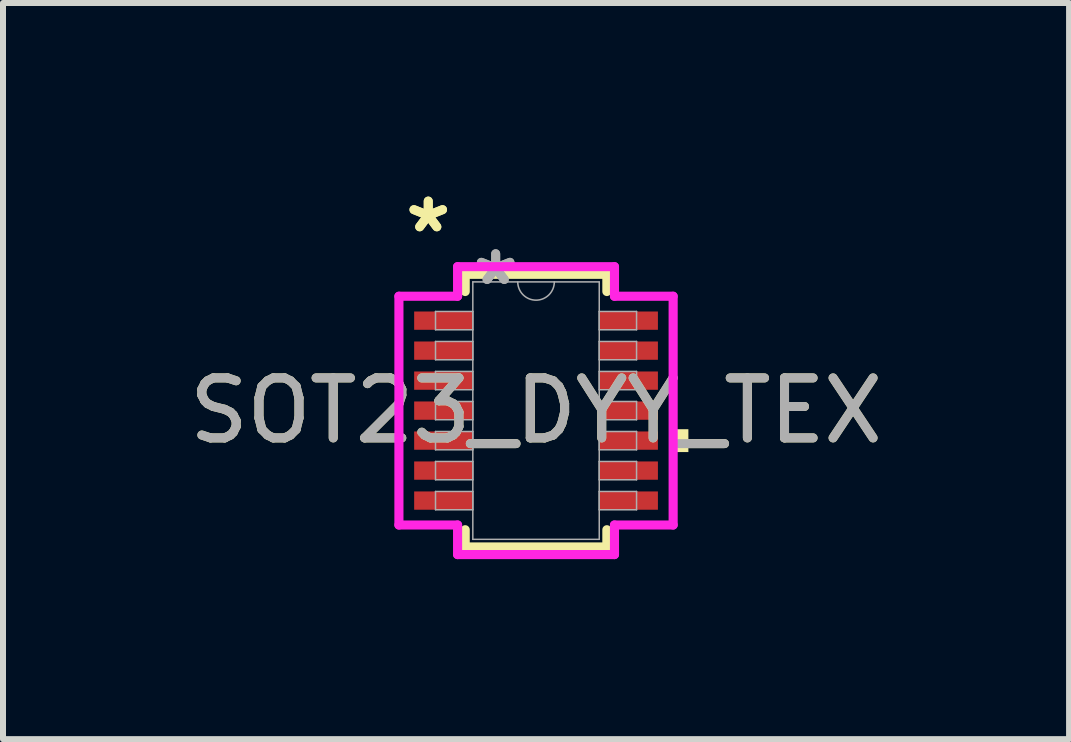
<source format=kicad_pcb>
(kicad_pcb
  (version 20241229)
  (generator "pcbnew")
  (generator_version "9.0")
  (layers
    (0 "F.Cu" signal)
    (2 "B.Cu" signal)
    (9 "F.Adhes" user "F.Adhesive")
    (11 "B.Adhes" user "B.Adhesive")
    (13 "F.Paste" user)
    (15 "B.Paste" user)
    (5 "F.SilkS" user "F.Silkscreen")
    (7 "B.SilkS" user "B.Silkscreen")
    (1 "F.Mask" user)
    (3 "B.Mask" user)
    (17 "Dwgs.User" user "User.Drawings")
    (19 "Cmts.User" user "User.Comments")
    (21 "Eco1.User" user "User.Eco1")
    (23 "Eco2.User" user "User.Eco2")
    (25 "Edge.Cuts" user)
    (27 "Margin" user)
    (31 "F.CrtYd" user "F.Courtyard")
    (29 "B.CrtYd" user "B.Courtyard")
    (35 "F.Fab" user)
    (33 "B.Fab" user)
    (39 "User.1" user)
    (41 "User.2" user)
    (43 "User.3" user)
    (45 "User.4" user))
  (footprint "SOT23_DYY_TEX"
    (layer "F.Cu")
    (at 5.887 3.796)
    (property "Reference" "SOT23_DYY_TEX" (at 0 0 0) (unlocked yes) (layer "F.SilkS") (effects (font (size 1 1) (thickness 0.15))))
    (attr smd)
    (fp_line (start -1.181 -2.273) (end -1.181 -1.986) (stroke (width 0.152) (type solid)) (layer "F.SilkS"))
    (fp_line (start -1.181 1.986) (end -1.181 2.273) (stroke (width 0.152) (type solid)) (layer "F.SilkS"))
    (fp_line (start -1.181 2.273) (end 1.181 2.273) (stroke (width 0.152) (type solid)) (layer "F.SilkS"))
    (fp_line (start 1.181 -2.273) (end -1.181 -2.273) (stroke (width 0.152) (type solid)) (layer "F.SilkS"))
    (fp_line (start 1.181 -1.986) (end 1.181 -2.273) (stroke (width 0.152) (type solid)) (layer "F.SilkS"))
    (fp_line (start 1.181 2.273) (end 1.181 1.986) (stroke (width 0.152) (type solid)) (layer "F.SilkS"))
    (fp_poly (pts (xy 2.54 0.31) (xy 2.54 0.691) (xy 2.286 0.691) (xy 2.286 0.31)) (stroke (width 0) (type solid)) (fill yes) (layer "F.SilkS"))
    (fp_line (start -2.286 -1.907) (end -1.308 -1.907) (stroke (width 0.152) (type solid)) (layer "F.CrtYd"))
    (fp_line (start -2.286 1.907) (end -2.286 -1.907) (stroke (width 0.152) (type solid)) (layer "F.CrtYd"))
    (fp_line (start -2.286 1.907) (end -1.308 1.907) (stroke (width 0.152) (type solid)) (layer "F.CrtYd"))
    (fp_line (start -1.308 -2.4) (end 1.308 -2.4) (stroke (width 0.152) (type solid)) (layer "F.CrtYd"))
    (fp_line (start -1.308 -1.907) (end -1.308 -2.4) (stroke (width 0.152) (type solid)) (layer "F.CrtYd"))
    (fp_line (start -1.308 2.4) (end -1.308 1.907) (stroke (width 0.152) (type solid)) (layer "F.CrtYd"))
    (fp_line (start 1.308 -2.4) (end 1.308 -1.907) (stroke (width 0.152) (type solid)) (layer "F.CrtYd"))
    (fp_line (start 1.308 1.907) (end 1.308 2.4) (stroke (width 0.152) (type solid)) (layer "F.CrtYd"))
    (fp_line (start 1.308 2.4) (end -1.308 2.4) (stroke (width 0.152) (type solid)) (layer "F.CrtYd"))
    (fp_line (start 2.286 -1.907) (end 1.308 -1.907) (stroke (width 0.152) (type solid)) (layer "F.CrtYd"))
    (fp_line (start 2.286 -1.907) (end 2.286 1.907) (stroke (width 0.152) (type solid)) (layer "F.CrtYd"))
    (fp_line (start 2.286 1.907) (end 1.308 1.907) (stroke (width 0.152) (type solid)) (layer "F.CrtYd"))
    (fp_line (start -1.676 -1.653) (end -1.676 -1.348) (stroke (width 0.025) (type solid)) (layer "F.Fab"))
    (fp_line (start -1.676 -1.348) (end -1.054 -1.348) (stroke (width 0.025) (type solid)) (layer "F.Fab"))
    (fp_line (start -1.676 -1.153) (end -1.676 -0.848) (stroke (width 0.025) (type solid)) (layer "F.Fab"))
    (fp_line (start -1.676 -0.848) (end -1.054 -0.848) (stroke (width 0.025) (type solid)) (layer "F.Fab"))
    (fp_line (start -1.676 -0.653) (end -1.676 -0.348) (stroke (width 0.025) (type solid)) (layer "F.Fab"))
    (fp_line (start -1.676 -0.348) (end -1.054 -0.348) (stroke (width 0.025) (type solid)) (layer "F.Fab"))
    (fp_line (start -1.676 -0.152) (end -1.676 0.152) (stroke (width 0.025) (type solid)) (layer "F.Fab"))
    (fp_line (start -1.676 0.152) (end -1.054 0.152) (stroke (width 0.025) (type solid)) (layer "F.Fab"))
    (fp_line (start -1.676 0.348) (end -1.676 0.653) (stroke (width 0.025) (type solid)) (layer "F.Fab"))
    (fp_line (start -1.676 0.653) (end -1.054 0.653) (stroke (width 0.025) (type solid)) (layer "F.Fab"))
    (fp_line (start -1.676 0.848) (end -1.676 1.153) (stroke (width 0.025) (type solid)) (layer "F.Fab"))
    (fp_line (start -1.676 1.153) (end -1.054 1.153) (stroke (width 0.025) (type solid)) (layer "F.Fab"))
    (fp_line (start -1.676 1.348) (end -1.676 1.653) (stroke (width 0.025) (type solid)) (layer "F.Fab"))
    (fp_line (start -1.676 1.653) (end -1.054 1.653) (stroke (width 0.025) (type solid)) (layer "F.Fab"))
    (fp_line (start -1.054 -2.146) (end -1.054 2.146) (stroke (width 0.025) (type solid)) (layer "F.Fab"))
    (fp_line (start -1.054 -1.653) (end -1.676 -1.653) (stroke (width 0.025) (type solid)) (layer "F.Fab"))
    (fp_line (start -1.054 -1.348) (end -1.054 -1.653) (stroke (width 0.025) (type solid)) (layer "F.Fab"))
    (fp_line (start -1.054 -1.153) (end -1.676 -1.153) (stroke (width 0.025) (type solid)) (layer "F.Fab"))
    (fp_line (start -1.054 -0.848) (end -1.054 -1.153) (stroke (width 0.025) (type solid)) (layer "F.Fab"))
    (fp_line (start -1.054 -0.653) (end -1.676 -0.653) (stroke (width 0.025) (type solid)) (layer "F.Fab"))
    (fp_line (start -1.054 -0.348) (end -1.054 -0.653) (stroke (width 0.025) (type solid)) (layer "F.Fab"))
    (fp_line (start -1.054 -0.152) (end -1.676 -0.152) (stroke (width 0.025) (type solid)) (layer "F.Fab"))
    (fp_line (start -1.054 0.152) (end -1.054 -0.152) (stroke (width 0.025) (type solid)) (layer "F.Fab"))
    (fp_line (start -1.054 0.348) (end -1.676 0.348) (stroke (width 0.025) (type solid)) (layer "F.Fab"))
    (fp_line (start -1.054 0.653) (end -1.054 0.348) (stroke (width 0.025) (type solid)) (layer "F.Fab"))
    (fp_line (start -1.054 0.848) (end -1.676 0.848) (stroke (width 0.025) (type solid)) (layer "F.Fab"))
    (fp_line (start -1.054 1.153) (end -1.054 0.848) (stroke (width 0.025) (type solid)) (layer "F.Fab"))
    (fp_line (start -1.054 1.348) (end -1.676 1.348) (stroke (width 0.025) (type solid)) (layer "F.Fab"))
    (fp_line (start -1.054 1.653) (end -1.054 1.348) (stroke (width 0.025) (type solid)) (layer "F.Fab"))
    (fp_line (start -1.054 2.146) (end 1.054 2.146) (stroke (width 0.025) (type solid)) (layer "F.Fab"))
    (fp_line (start 1.054 -2.146) (end -1.054 -2.146) (stroke (width 0.025) (type solid)) (layer "F.Fab"))
    (fp_line (start 1.054 -1.653) (end 1.054 -1.348) (stroke (width 0.025) (type solid)) (layer "F.Fab"))
    (fp_line (start 1.054 -1.348) (end 1.676 -1.348) (stroke (width 0.025) (type solid)) (layer "F.Fab"))
    (fp_line (start 1.054 -1.153) (end 1.054 -0.848) (stroke (width 0.025) (type solid)) (layer "F.Fab"))
    (fp_line (start 1.054 -0.848) (end 1.676 -0.848) (stroke (width 0.025) (type solid)) (layer "F.Fab"))
    (fp_line (start 1.054 -0.653) (end 1.054 -0.348) (stroke (width 0.025) (type solid)) (layer "F.Fab"))
    (fp_line (start 1.054 -0.348) (end 1.676 -0.348) (stroke (width 0.025) (type solid)) (layer "F.Fab"))
    (fp_line (start 1.054 -0.152) (end 1.054 0.152) (stroke (width 0.025) (type solid)) (layer "F.Fab"))
    (fp_line (start 1.054 0.152) (end 1.676 0.152) (stroke (width 0.025) (type solid)) (layer "F.Fab"))
    (fp_line (start 1.054 0.348) (end 1.054 0.653) (stroke (width 0.025) (type solid)) (layer "F.Fab"))
    (fp_line (start 1.054 0.653) (end 1.676 0.653) (stroke (width 0.025) (type solid)) (layer "F.Fab"))
    (fp_line (start 1.054 0.848) (end 1.054 1.153) (stroke (width 0.025) (type solid)) (layer "F.Fab"))
    (fp_line (start 1.054 1.153) (end 1.676 1.153) (stroke (width 0.025) (type solid)) (layer "F.Fab"))
    (fp_line (start 1.054 1.348) (end 1.054 1.653) (stroke (width 0.025) (type solid)) (layer "F.Fab"))
    (fp_line (start 1.054 1.653) (end 1.676 1.653) (stroke (width 0.025) (type solid)) (layer "F.Fab"))
    (fp_line (start 1.054 2.146) (end 1.054 -2.146) (stroke (width 0.025) (type solid)) (layer "F.Fab"))
    (fp_line (start 1.676 -1.653) (end 1.054 -1.653) (stroke (width 0.025) (type solid)) (layer "F.Fab"))
    (fp_line (start 1.676 -1.348) (end 1.676 -1.653) (stroke (width 0.025) (type solid)) (layer "F.Fab"))
    (fp_line (start 1.676 -1.153) (end 1.054 -1.153) (stroke (width 0.025) (type solid)) (layer "F.Fab"))
    (fp_line (start 1.676 -0.848) (end 1.676 -1.153) (stroke (width 0.025) (type solid)) (layer "F.Fab"))
    (fp_line (start 1.676 -0.653) (end 1.054 -0.653) (stroke (width 0.025) (type solid)) (layer "F.Fab"))
    (fp_line (start 1.676 -0.348) (end 1.676 -0.653) (stroke (width 0.025) (type solid)) (layer "F.Fab"))
    (fp_line (start 1.676 -0.152) (end 1.054 -0.152) (stroke (width 0.025) (type solid)) (layer "F.Fab"))
    (fp_line (start 1.676 0.152) (end 1.676 -0.152) (stroke (width 0.025) (type solid)) (layer "F.Fab"))
    (fp_line (start 1.676 0.348) (end 1.054 0.348) (stroke (width 0.025) (type solid)) (layer "F.Fab"))
    (fp_line (start 1.676 0.653) (end 1.676 0.348) (stroke (width 0.025) (type solid)) (layer "F.Fab"))
    (fp_line (start 1.676 0.848) (end 1.054 0.848) (stroke (width 0.025) (type solid)) (layer "F.Fab"))
    (fp_line (start 1.676 1.153) (end 1.676 0.848) (stroke (width 0.025) (type solid)) (layer "F.Fab"))
    (fp_line (start 1.676 1.348) (end 1.054 1.348) (stroke (width 0.025) (type solid)) (layer "F.Fab"))
    (fp_line (start 1.676 1.653) (end 1.676 1.348) (stroke (width 0.025) (type solid)) (layer "F.Fab"))
    (fp_arc (start 0.3048 -2.1463) (mid 0 -1.8415) (end -0.3048 -2.1463) (stroke (width 0.0254) (type solid)) (layer "F.Fab"))
    (fp_text user "*" (at -1.797 -2.948 0) (layer "F.SilkS") (effects (font (size 1 1) (thickness 0.15))))
    (fp_text user "*" (at -1.797 -2.948 0) (unlocked yes) (layer "F.SilkS") (effects (font (size 1 1) (thickness 0.15))))
    (fp_text user "*" (at -0.673 -2.07 0) (unlocked yes) (layer "F.Fab") (effects (font (size 1 1) (thickness 0.15))))
    (fp_text user "*" (at -0.673 -2.07 0) (layer "F.Fab") (effects (font (size 1 1) (thickness 0.15))))
    (fp_text user "${REFERENCE}" (at 0 0 0) (unlocked yes) (layer "F.Fab") (effects (font (size 1 1) (thickness 0.15))))
    (pad "1" smd rect (at -1.543 -1.5) (size 0.978 0.305) (layers "F.Cu" "F.Mask" "F.Paste"))
    (pad "2" smd rect (at -1.543 -1) (size 0.978 0.305) (layers "F.Cu" "F.Mask" "F.Paste"))
    (pad "3" smd rect (at -1.543 -0.5) (size 0.978 0.305) (layers "F.Cu" "F.Mask" "F.Paste"))
    (pad "4" smd rect (at -1.543 0) (size 0.978 0.305) (layers "F.Cu" "F.Mask" "F.Paste"))
    (pad "5" smd rect (at -1.543 0.5) (size 0.978 0.305) (layers "F.Cu" "F.Mask" "F.Paste"))
    (pad "6" smd rect (at -1.543 1) (size 0.978 0.305) (layers "F.Cu" "F.Mask" "F.Paste"))
    (pad "7" smd rect (at -1.543 1.5) (size 0.978 0.305) (layers "F.Cu" "F.Mask" "F.Paste"))
    (pad "8" smd rect (at 1.543 1.5) (size 0.978 0.305) (layers "F.Cu" "F.Mask" "F.Paste"))
    (pad "9" smd rect (at 1.543 1) (size 0.978 0.305) (layers "F.Cu" "F.Mask" "F.Paste"))
    (pad "10" smd rect (at 1.543 0.5) (size 0.978 0.305) (layers "F.Cu" "F.Mask" "F.Paste"))
    (pad "11" smd rect (at 1.543 0) (size 0.978 0.305) (layers "F.Cu" "F.Mask" "F.Paste"))
    (pad "12" smd rect (at 1.543 -0.5) (size 0.978 0.305) (layers "F.Cu" "F.Mask" "F.Paste"))
    (pad "13" smd rect (at 1.543 -1) (size 0.978 0.305) (layers "F.Cu" "F.Mask" "F.Paste"))
    (pad "14" smd rect (at 1.543 -1.5) (size 0.978 0.305) (layers "F.Cu" "F.Mask" "F.Paste")))
  (gr_rect
    (start -3 -3)
    (end 14.774 9.273)
    (stroke (width 0.1) (type default))
    (fill no)
    (layer "Edge.Cuts")))
</source>
